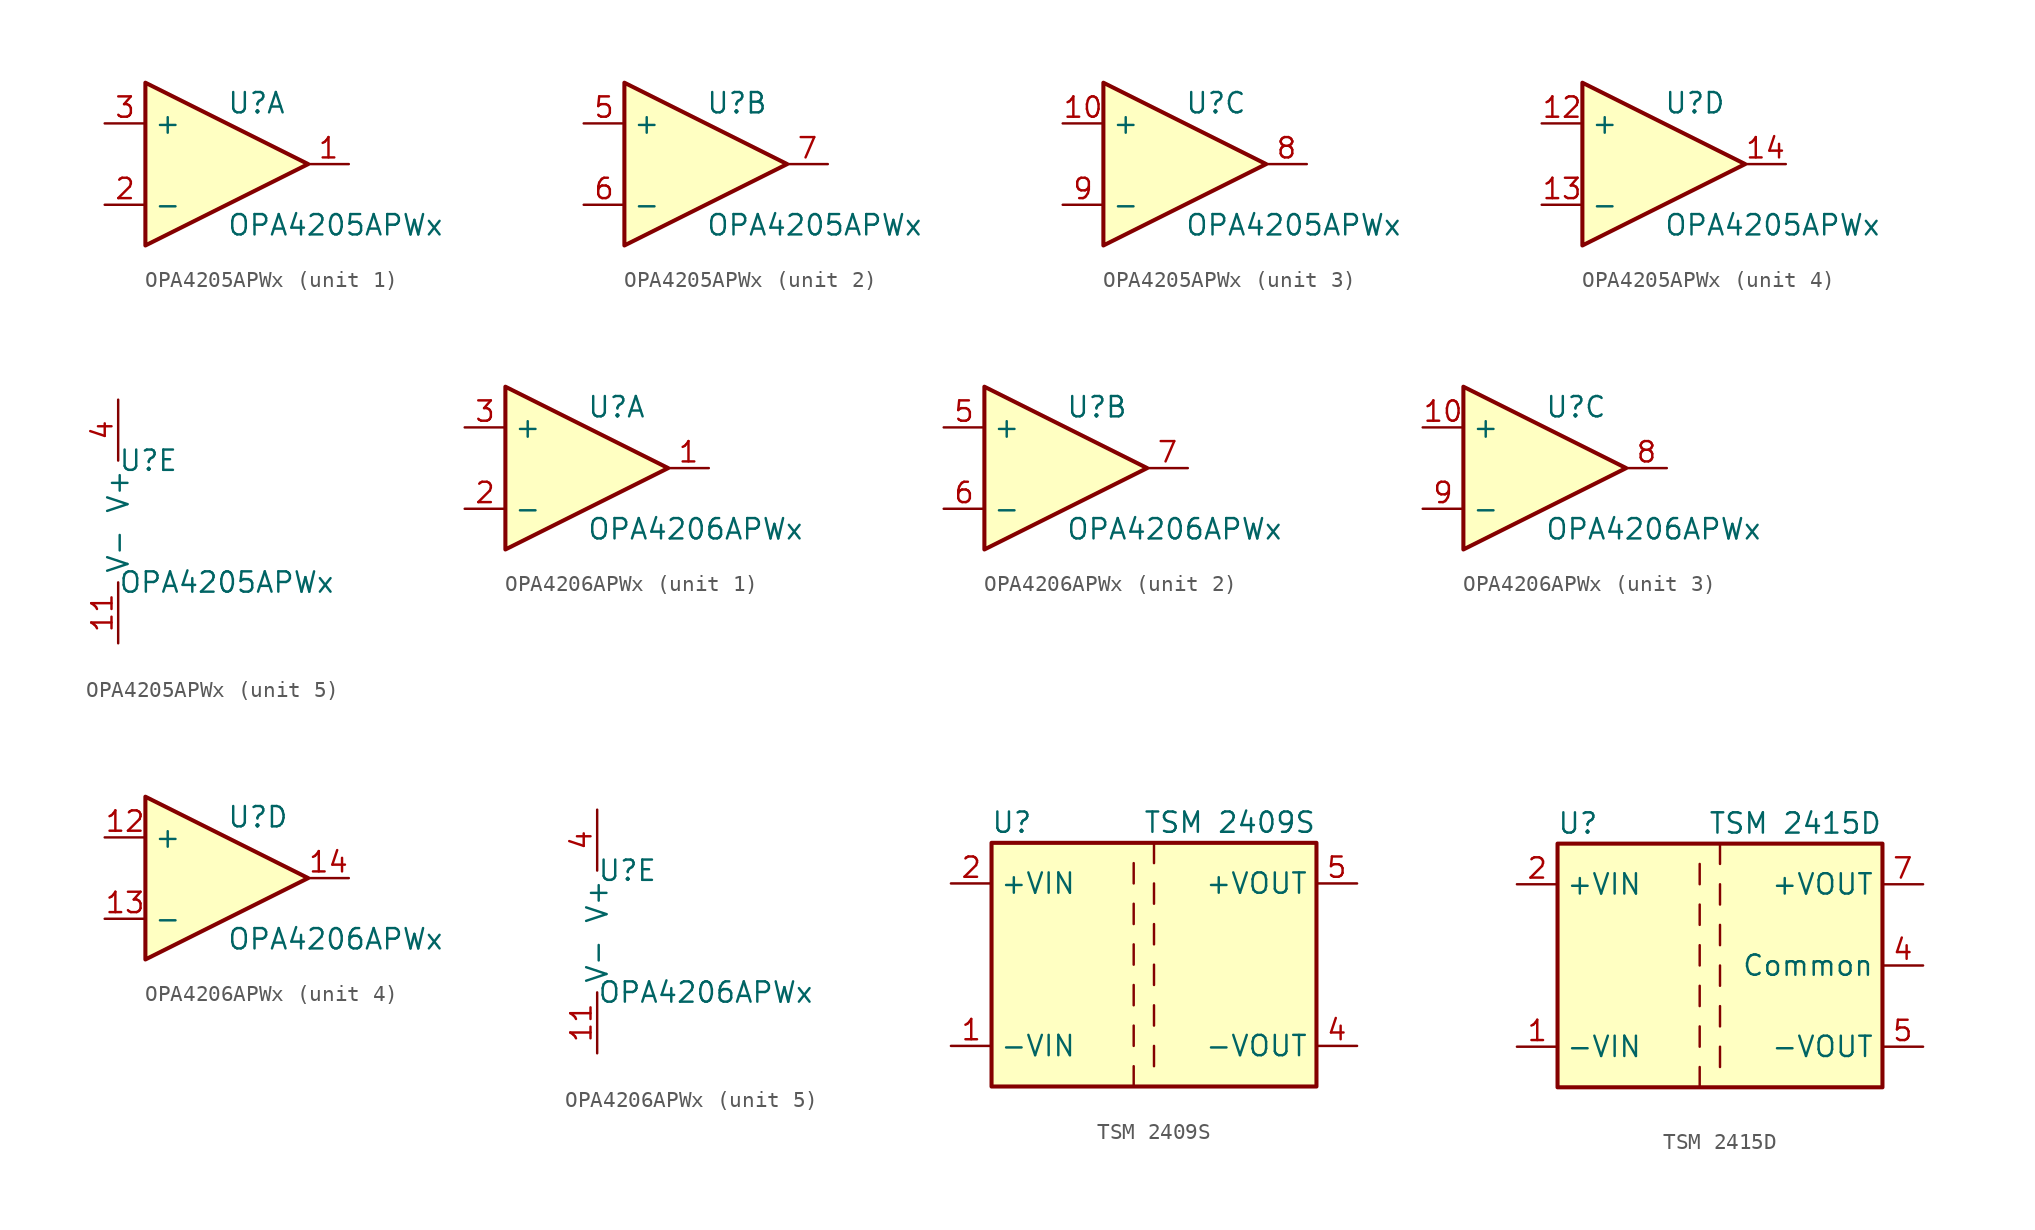
<source format=kicad_sym>
(kicad_symbol_lib
  (version 20241209)
  (generator "kicad_symbol_editor")
  (generator_version "9.0")
  (symbol "OPA4205APWx"
    (property "Reference" "U"
      (at 0 3.81 0)
      (effects (font (size 1.27 1.27)) (justify left)))
    (property "Value" "OPA4205APWx"
      (at 0 -3.81 0)
      (effects (font (size 1.27 1.27)) (justify left)))
    (property "ki_locked" ""
      (at 0 0 0)
      (effects (font (size 1.27 1.27))))
    (symbol "OPA4205APWx_1_1"
      (polyline (pts (xy -5.08 5.08) (xy 5.08 0) (xy -5.08 -5.08) (xy -5.08 5.08)) (stroke (width 0.254) (type default)) (fill (type background)))
      (pin input line (at -7.62 2.54 0) (length 2.54) (name "+" (effects (font (size 1.27 1.27)))) (number "3" (effects (font (size 1.27 1.27)))))
      (pin input line (at -7.62 -2.54 0) (length 2.54) (name "-" (effects (font (size 1.27 1.27)))) (number "2" (effects (font (size 1.27 1.27)))))
      (pin output line (at 7.62 0 180) (length 2.54) (name "~" (effects (font (size 1.27 1.27)))) (number "1" (effects (font (size 1.27 1.27))))))
    (symbol "OPA4205APWx_2_1"
      (polyline (pts (xy -5.08 5.08) (xy 5.08 0) (xy -5.08 -5.08) (xy -5.08 5.08)) (stroke (width 0.254) (type default)) (fill (type background)))
      (pin input line (at -7.62 2.54 0) (length 2.54) (name "+" (effects (font (size 1.27 1.27)))) (number "5" (effects (font (size 1.27 1.27)))))
      (pin input line (at -7.62 -2.54 0) (length 2.54) (name "-" (effects (font (size 1.27 1.27)))) (number "6" (effects (font (size 1.27 1.27)))))
      (pin output line (at 7.62 0 180) (length 2.54) (name "~" (effects (font (size 1.27 1.27)))) (number "7" (effects (font (size 1.27 1.27))))))
    (symbol "OPA4205APWx_3_1"
      (polyline (pts (xy -5.08 5.08) (xy 5.08 0) (xy -5.08 -5.08) (xy -5.08 5.08)) (stroke (width 0.254) (type default)) (fill (type background)))
      (pin input line (at -7.62 2.54 0) (length 2.54) (name "+" (effects (font (size 1.27 1.27)))) (number "10" (effects (font (size 1.27 1.27)))))
      (pin input line (at -7.62 -2.54 0) (length 2.54) (name "-" (effects (font (size 1.27 1.27)))) (number "9" (effects (font (size 1.27 1.27)))))
      (pin output line (at 7.62 0 180) (length 2.54) (name "~" (effects (font (size 1.27 1.27)))) (number "8" (effects (font (size 1.27 1.27))))))
    (symbol "OPA4205APWx_4_1"
      (polyline (pts (xy -5.08 5.08) (xy 5.08 0) (xy -5.08 -5.08) (xy -5.08 5.08)) (stroke (width 0.254) (type default)) (fill (type background)))
      (pin input line (at -7.62 2.54 0) (length 2.54) (name "+" (effects (font (size 1.27 1.27)))) (number "12" (effects (font (size 1.27 1.27)))))
      (pin input line (at -7.62 -2.54 0) (length 2.54) (name "-" (effects (font (size 1.27 1.27)))) (number "13" (effects (font (size 1.27 1.27)))))
      (pin output line (at 7.62 0 180) (length 2.54) (name "~" (effects (font (size 1.27 1.27)))) (number "14" (effects (font (size 1.27 1.27))))))
    (symbol "OPA4205APWx_5_1"
      (pin power_in line (at 0 7.62 270) (length 3.81) (name "V+" (effects (font (size 1.27 1.27)))) (number "4" (effects (font (size 1.27 1.27)))))
      (pin power_in line (at 0 -7.62 90) (length 3.81) (name "V-" (effects (font (size 1.27 1.27)))) (number "11" (effects (font (size 1.27 1.27)))))))
  (symbol "OPA4206APWx"
    (property "Reference" "U"
      (at 0 3.81 0)
      (effects (font (size 1.27 1.27)) (justify left)))
    (property "Value" "OPA4206APWx"
      (at 0 -3.81 0)
      (effects (font (size 1.27 1.27)) (justify left)))
    (property "ki_locked" ""
      (at 0 0 0)
      (effects (font (size 1.27 1.27))))
    (symbol "OPA4206APWx_1_1"
      (polyline (pts (xy -5.08 5.08) (xy 5.08 0) (xy -5.08 -5.08) (xy -5.08 5.08)) (stroke (width 0.254) (type default)) (fill (type background)))
      (pin input line (at -7.62 2.54 0) (length 2.54) (name "+" (effects (font (size 1.27 1.27)))) (number "3" (effects (font (size 1.27 1.27)))))
      (pin input line (at -7.62 -2.54 0) (length 2.54) (name "-" (effects (font (size 1.27 1.27)))) (number "2" (effects (font (size 1.27 1.27)))))
      (pin output line (at 7.62 0 180) (length 2.54) (name "~" (effects (font (size 1.27 1.27)))) (number "1" (effects (font (size 1.27 1.27))))))
    (symbol "OPA4206APWx_2_1"
      (polyline (pts (xy -5.08 5.08) (xy 5.08 0) (xy -5.08 -5.08) (xy -5.08 5.08)) (stroke (width 0.254) (type default)) (fill (type background)))
      (pin input line (at -7.62 2.54 0) (length 2.54) (name "+" (effects (font (size 1.27 1.27)))) (number "5" (effects (font (size 1.27 1.27)))))
      (pin input line (at -7.62 -2.54 0) (length 2.54) (name "-" (effects (font (size 1.27 1.27)))) (number "6" (effects (font (size 1.27 1.27)))))
      (pin output line (at 7.62 0 180) (length 2.54) (name "~" (effects (font (size 1.27 1.27)))) (number "7" (effects (font (size 1.27 1.27))))))
    (symbol "OPA4206APWx_3_1"
      (polyline (pts (xy -5.08 5.08) (xy 5.08 0) (xy -5.08 -5.08) (xy -5.08 5.08)) (stroke (width 0.254) (type default)) (fill (type background)))
      (pin input line (at -7.62 2.54 0) (length 2.54) (name "+" (effects (font (size 1.27 1.27)))) (number "10" (effects (font (size 1.27 1.27)))))
      (pin input line (at -7.62 -2.54 0) (length 2.54) (name "-" (effects (font (size 1.27 1.27)))) (number "9" (effects (font (size 1.27 1.27)))))
      (pin output line (at 7.62 0 180) (length 2.54) (name "~" (effects (font (size 1.27 1.27)))) (number "8" (effects (font (size 1.27 1.27))))))
    (symbol "OPA4206APWx_4_1"
      (polyline (pts (xy -5.08 5.08) (xy 5.08 0) (xy -5.08 -5.08) (xy -5.08 5.08)) (stroke (width 0.254) (type default)) (fill (type background)))
      (pin input line (at -7.62 2.54 0) (length 2.54) (name "+" (effects (font (size 1.27 1.27)))) (number "12" (effects (font (size 1.27 1.27)))))
      (pin input line (at -7.62 -2.54 0) (length 2.54) (name "-" (effects (font (size 1.27 1.27)))) (number "13" (effects (font (size 1.27 1.27)))))
      (pin output line (at 7.62 0 180) (length 2.54) (name "~" (effects (font (size 1.27 1.27)))) (number "14" (effects (font (size 1.27 1.27))))))
    (symbol "OPA4206APWx_5_1"
      (pin power_in line (at 0 7.62 270) (length 3.81) (name "V+" (effects (font (size 1.27 1.27)))) (number "4" (effects (font (size 1.27 1.27)))))
      (pin power_in line (at 0 -7.62 90) (length 3.81) (name "V-" (effects (font (size 1.27 1.27)))) (number "11" (effects (font (size 1.27 1.27)))))))
  (symbol "TSM 2409S"
    (property "Reference" "U"
      (at -8.89 8.89 0)
      (effects (font (size 1.27 1.27))))
    (property "Value" "TSM 2409S"
      (at 10.16 8.89 0)
      (effects (font (size 1.27 1.27)) (justify right)))
    (symbol "TSM 2409S_0_1"
      (rectangle (start -10.16 7.62) (end 10.16 -7.62) (stroke (width 0.254) (type default)) (fill (type background)))
      (polyline (pts (xy -1.27 5.08) (xy -1.27 6.35)) (stroke (width 0) (type default)) (fill (type none)))
      (polyline (pts (xy -1.27 2.54) (xy -1.27 3.81)) (stroke (width 0) (type default)) (fill (type none)))
      (polyline (pts (xy -1.27 0) (xy -1.27 1.27)) (stroke (width 0) (type default)) (fill (type none)))
      (polyline (pts (xy -1.27 -2.54) (xy -1.27 -1.27)) (stroke (width 0) (type default)) (fill (type none)))
      (polyline (pts (xy -1.27 -5.08) (xy -1.27 -3.81)) (stroke (width 0) (type default)) (fill (type none)))
      (polyline (pts (xy -1.27 -7.62) (xy -1.27 -6.35)) (stroke (width 0) (type default)) (fill (type none)))
      (polyline (pts (xy 0 7.62) (xy 0 6.35)) (stroke (width 0) (type default)) (fill (type none)))
      (polyline (pts (xy 0 5.08) (xy 0 3.81)) (stroke (width 0) (type default)) (fill (type none)))
      (polyline (pts (xy 0 2.54) (xy 0 1.27)) (stroke (width 0) (type default)) (fill (type none)))
      (polyline (pts (xy 0 0) (xy 0 -1.27)) (stroke (width 0) (type default)) (fill (type none)))
      (polyline (pts (xy 0 -2.54) (xy 0 -3.81)) (stroke (width 0) (type default)) (fill (type none)))
      (polyline (pts (xy 0 -5.08) (xy 0 -6.35)) (stroke (width 0) (type default)) (fill (type none))))
    (symbol "TSM 2409S_1_1"
      (pin power_in line (at -12.7 5.08 0) (length 2.54) (name "+VIN" (effects (font (size 1.27 1.27)))) (number "2" (effects (font (size 1.27 1.27)))))
      (pin power_in line (at -12.7 -5.08 0) (length 2.54) (name "-VIN" (effects (font (size 1.27 1.27)))) (number "1" (effects (font (size 1.27 1.27)))))
      (pin no_connect non_logic (at -10.16 2.54 0) (length 0) (hide yes) (name "NC" (effects (font (size 1.27 1.27)))) (number "3" (effects (font (size 1.27 1.27)))))
      (pin no_connect non_logic (at -10.16 -2.54 0) (length 0) (hide yes) (name "NC" (effects (font (size 1.27 1.27)))) (number "6" (effects (font (size 1.27 1.27)))))
      (pin no_connect non_logic (at 10.16 2.54 180) (length 0) (hide yes) (name "NC" (effects (font (size 1.27 1.27)))) (number "7" (effects (font (size 1.27 1.27)))))
      (pin no_connect non_logic (at 10.16 -2.54 180) (length 0) (hide yes) (name "NC" (effects (font (size 1.27 1.27)))) (number "8" (effects (font (size 1.27 1.27)))))
      (pin power_out line (at 12.7 5.08 180) (length 2.54) (name "+VOUT" (effects (font (size 1.27 1.27)))) (number "5" (effects (font (size 1.27 1.27)))))
      (pin power_out line (at 12.7 -5.08 180) (length 2.54) (name "-VOUT" (effects (font (size 1.27 1.27)))) (number "4" (effects (font (size 1.27 1.27)))))))
  (symbol "TSM 2415D"
    (property "Reference" "U"
      (at -8.89 8.89 0)
      (effects (font (size 1.27 1.27))))
    (property "Value" "TSM 2415D"
      (at 10.16 8.89 0)
      (effects (font (size 1.27 1.27)) (justify right)))
    (symbol "TSM 2415D_0_1"
      (rectangle (start -10.16 7.62) (end 10.16 -7.62) (stroke (width 0.254) (type default)) (fill (type background)))
      (polyline (pts (xy -1.27 5.08) (xy -1.27 6.35)) (stroke (width 0) (type default)) (fill (type none)))
      (polyline (pts (xy -1.27 2.54) (xy -1.27 3.81)) (stroke (width 0) (type default)) (fill (type none)))
      (polyline (pts (xy -1.27 0) (xy -1.27 1.27)) (stroke (width 0) (type default)) (fill (type none)))
      (polyline (pts (xy -1.27 -2.54) (xy -1.27 -1.27)) (stroke (width 0) (type default)) (fill (type none)))
      (polyline (pts (xy -1.27 -5.08) (xy -1.27 -3.81)) (stroke (width 0) (type default)) (fill (type none)))
      (polyline (pts (xy -1.27 -7.62) (xy -1.27 -6.35)) (stroke (width 0) (type default)) (fill (type none)))
      (polyline (pts (xy 0 7.62) (xy 0 6.35)) (stroke (width 0) (type default)) (fill (type none)))
      (polyline (pts (xy 0 5.08) (xy 0 3.81)) (stroke (width 0) (type default)) (fill (type none)))
      (polyline (pts (xy 0 2.54) (xy 0 1.27)) (stroke (width 0) (type default)) (fill (type none)))
      (polyline (pts (xy 0 0) (xy 0 -1.27)) (stroke (width 0) (type default)) (fill (type none)))
      (polyline (pts (xy 0 -2.54) (xy 0 -3.81)) (stroke (width 0) (type default)) (fill (type none)))
      (polyline (pts (xy 0 -5.08) (xy 0 -6.35)) (stroke (width 0) (type default)) (fill (type none))))
    (symbol "TSM 2415D_1_1"
      (pin power_in line (at -12.7 5.08 0) (length 2.54) (name "+VIN" (effects (font (size 1.27 1.27)))) (number "2" (effects (font (size 1.27 1.27)))))
      (pin power_in line (at -12.7 -5.08 0) (length 2.54) (name "-VIN" (effects (font (size 1.27 1.27)))) (number "1" (effects (font (size 1.27 1.27)))))
      (pin no_connect non_logic (at -10.16 2.54 0) (length 0) (hide yes) (name "NC" (effects (font (size 1.27 1.27)))) (number "3" (effects (font (size 1.27 1.27)))))
      (pin no_connect non_logic (at -10.16 0 0) (length 0) (hide yes) (name "NC" (effects (font (size 1.27 1.27)))) (number "8" (effects (font (size 1.27 1.27)))))
      (pin no_connect non_logic (at -10.16 -2.54 0) (length 0) (hide yes) (name "NC" (effects (font (size 1.27 1.27)))) (number "6" (effects (font (size 1.27 1.27)))))
      (pin no_connect non_logic (at 0 7.62 270) (length 0) (hide yes) (name "NC" (effects (font (size 1.27 1.27)))) (number "10" (effects (font (size 1.27 1.27)))))
      (pin no_connect non_logic (at 0 -7.62 90) (length 0) (hide yes) (name "NC" (effects (font (size 1.27 1.27)))) (number "9" (effects (font (size 1.27 1.27)))))
      (pin power_out line (at 12.7 5.08 180) (length 2.54) (name "+VOUT" (effects (font (size 1.27 1.27)))) (number "7" (effects (font (size 1.27 1.27)))))
      (pin passive line (at 12.7 0 180) (length 2.54) (name "Common" (effects (font (size 1.27 1.27)))) (number "4" (effects (font (size 1.27 1.27)))))
      (pin power_out line (at 12.7 -5.08 180) (length 2.54) (name "-VOUT" (effects (font (size 1.27 1.27)))) (number "5" (effects (font (size 1.27 1.27))))))))
</source>
